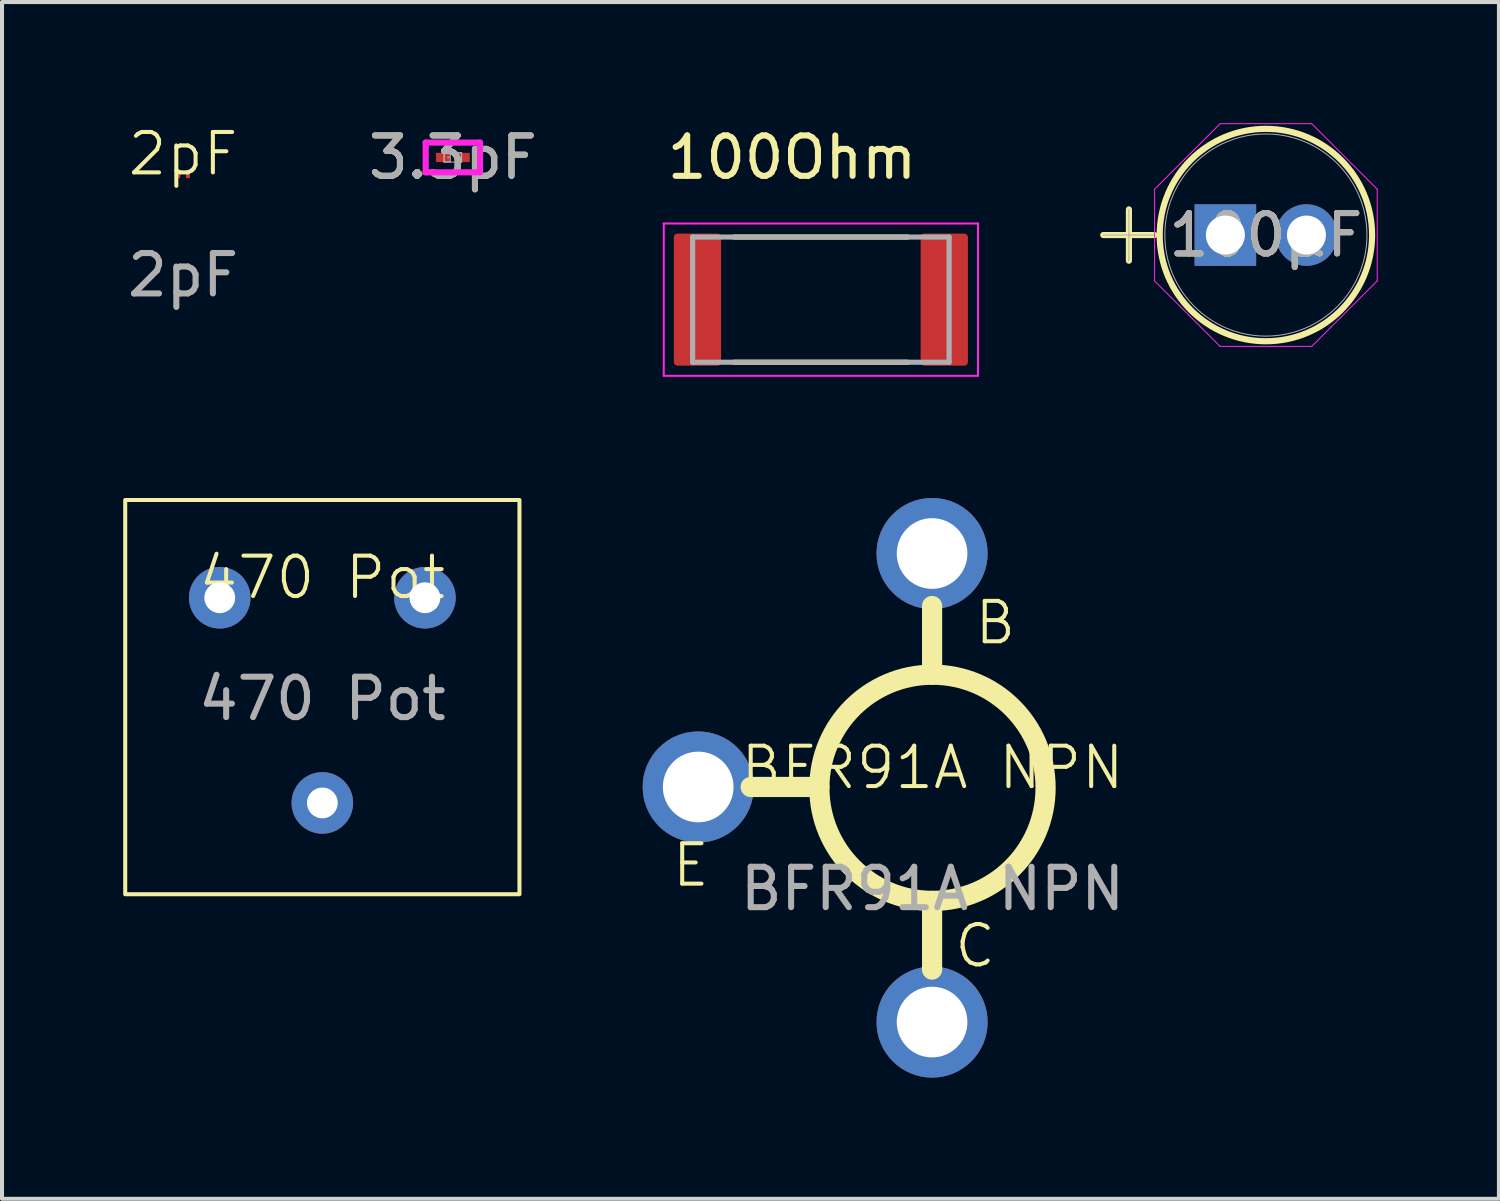
<source format=kicad_pcb>
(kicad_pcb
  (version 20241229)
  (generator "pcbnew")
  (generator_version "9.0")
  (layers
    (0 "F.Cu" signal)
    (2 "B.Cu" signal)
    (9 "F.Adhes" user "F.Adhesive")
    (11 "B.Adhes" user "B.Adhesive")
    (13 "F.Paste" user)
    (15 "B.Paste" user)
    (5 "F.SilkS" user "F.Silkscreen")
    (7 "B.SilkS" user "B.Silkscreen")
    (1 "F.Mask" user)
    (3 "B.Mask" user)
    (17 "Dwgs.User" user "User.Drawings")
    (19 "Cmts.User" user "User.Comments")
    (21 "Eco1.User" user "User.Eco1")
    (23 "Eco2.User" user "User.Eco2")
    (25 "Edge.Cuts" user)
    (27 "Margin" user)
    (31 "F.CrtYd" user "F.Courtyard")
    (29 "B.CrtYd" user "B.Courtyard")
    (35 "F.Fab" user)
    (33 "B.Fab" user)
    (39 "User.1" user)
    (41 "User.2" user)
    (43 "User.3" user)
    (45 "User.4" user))
  (footprint "3.3pF"
    (layer "F.Cu")
    (at 8.161 0.848)
    (property "Reference" "3.3pF" (at 0 0 0) (unlocked yes) (layer "F.SilkS") (effects (font (size 1 1) (thickness 0.15))))
    (attr smd)
    (fp_line (start -0.673 -0.368) (end 0.673 -0.368) (stroke (width 0.152) (type solid)) (layer "F.CrtYd"))
    (fp_line (start -0.673 0.368) (end -0.673 -0.368) (stroke (width 0.152) (type solid)) (layer "F.CrtYd"))
    (fp_line (start 0.673 -0.368) (end 0.673 0.368) (stroke (width 0.152) (type solid)) (layer "F.CrtYd"))
    (fp_line (start 0.673 0.368) (end -0.673 0.368) (stroke (width 0.152) (type solid)) (layer "F.CrtYd"))
    (fp_line (start -0.216 -0.114) (end -0.216 0.114) (stroke (width 0.025) (type solid)) (layer "F.Fab"))
    (fp_line (start -0.216 -0.114) (end -0.216 0.114) (stroke (width 0.025) (type solid)) (layer "F.Fab"))
    (fp_line (start -0.216 0.114) (end -0.064 0.114) (stroke (width 0.025) (type solid)) (layer "F.Fab"))
    (fp_line (start -0.216 0.114) (end 0.216 0.114) (stroke (width 0.025) (type solid)) (layer "F.Fab"))
    (fp_line (start -0.064 -0.114) (end -0.216 -0.114) (stroke (width 0.025) (type solid)) (layer "F.Fab"))
    (fp_line (start -0.064 0.114) (end -0.064 -0.114) (stroke (width 0.025) (type solid)) (layer "F.Fab"))
    (fp_line (start 0.064 -0.114) (end 0.064 0.114) (stroke (width 0.025) (type solid)) (layer "F.Fab"))
    (fp_line (start 0.064 0.114) (end 0.216 0.114) (stroke (width 0.025) (type solid)) (layer "F.Fab"))
    (fp_line (start 0.216 -0.114) (end -0.216 -0.114) (stroke (width 0.025) (type solid)) (layer "F.Fab"))
    (fp_line (start 0.216 -0.114) (end 0.064 -0.114) (stroke (width 0.025) (type solid)) (layer "F.Fab"))
    (fp_line (start 0.216 0.114) (end 0.216 -0.114) (stroke (width 0.025) (type solid)) (layer "F.Fab"))
    (fp_line (start 0.216 0.114) (end 0.216 -0.114) (stroke (width 0.025) (type solid)) (layer "F.Fab"))
    (fp_circle (center -0.114 0) (end -0.114 0) (stroke (width 0.025) (type solid)) (fill no) (layer "F.Fab"))
    (fp_text user "${REFERENCE}" (at 0 0 0) (unlocked yes) (layer "F.Fab") (effects (font (size 1 1) (thickness 0.15))))
    (pad "1" smd rect (at -0.241 0) (size 0.356 0.229) (layers "F.Cu" "F.Mask" "F.Paste"))
    (pad "2" smd rect (at 0.241 0) (size 0.356 0.229) (layers "F.Cu" "F.Mask" "F.Paste"))
    (zone (net_name "") (layer "F.Cu") (hatch full 0.508) (connect_pads) (min_thickness 0.254) (filled_areas_thickness no) (keepout (tracks not_allowed) (vias not_allowed) (pads allowed) (copperpour not_allowed) (footprints allowed)) (placement (enabled no)) (fill) (polygon (pts (xy 8.148 0.785) (xy 8.173 0.785) (xy 8.173 0.912) (xy 8.148 0.912)))))
  (footprint "100Ohm"
    (layer "F.Cu")
    (at 17.272 4.368)
    (property "Reference" "100Ohm" (at -0.715 -3.52 0) (layer "F.SilkS") (effects (font (size 1 1) (thickness 0.15))))
    (attr smd)
    (fp_line (start -2.15 -1.55) (end 2.15 -1.55) (stroke (width 0.127) (type solid)) (layer "F.SilkS"))
    (fp_line (start -2.15 1.55) (end 2.15 1.55) (stroke (width 0.127) (type solid)) (layer "F.SilkS"))
    (fp_line (start -3.89 -1.885) (end -3.89 1.885) (stroke (width 0.05) (type solid)) (layer "F.CrtYd"))
    (fp_line (start -3.89 1.885) (end 3.89 1.885) (stroke (width 0.05) (type solid)) (layer "F.CrtYd"))
    (fp_line (start 3.89 -1.885) (end -3.89 -1.885) (stroke (width 0.05) (type solid)) (layer "F.CrtYd"))
    (fp_line (start 3.89 1.885) (end 3.89 -1.885) (stroke (width 0.05) (type solid)) (layer "F.CrtYd"))
    (fp_line (start -3.175 1.55) (end -3.175 -1.55) (stroke (width 0.127) (type solid)) (layer "F.Fab"))
    (fp_line (start 3.175 -1.55) (end -3.175 -1.55) (stroke (width 0.127) (type solid)) (layer "F.Fab"))
    (fp_line (start 3.175 1.55) (end -3.175 1.55) (stroke (width 0.127) (type solid)) (layer "F.Fab"))
    (fp_line (start 3.175 1.55) (end 3.175 -1.55) (stroke (width 0.127) (type solid)) (layer "F.Fab"))
    (pad "1" smd roundrect (at -3.055 0) (size 1.17 3.27) (layers "F.Cu" "F.Mask" "F.Paste") (roundrect_rratio 0.075))
    (pad "2" smd roundrect (at 3.055 0) (size 1.17 3.27) (layers "F.Cu" "F.Mask" "F.Paste") (roundrect_rratio 0.075)))
  (footprint "470 Pot"
    (layer "F.Cu")
    (at 4.93 11.748)
    (property "Reference" "470 Pot" (at 0 -0.5 0) (unlocked yes) (layer "F.SilkS") (effects (font (size 1 1) (thickness 0.1))))
    (attr through_hole)
    (fp_rect (start -4.88 -2.42) (end 4.88 7.34) (stroke (width 0.1) (type default)) (fill no) (layer "F.SilkS"))
    (fp_text user "${REFERENCE}" (at 0 2.5 0) (unlocked yes) (layer "F.Fab") (effects (font (size 1 1) (thickness 0.15))))
    (pad "1" thru_hole circle (at 2.54 0) (size 1.524 1.524) (drill 0.762) (layers "*.Cu" "*.Mask"))
    (pad "2" thru_hole circle (at 0 5.08) (size 1.524 1.524) (drill 0.762) (layers "*.Cu" "*.Mask"))
    (pad "3" thru_hole circle (at -2.54 0) (size 1.524 1.524) (drill 0.762) (layers "*.Cu" "*.Mask")))
  (footprint "2pF"
    (layer "F.Cu")
    (at 1.482 1.26)
    (property "Reference" "2pF" (at 0 -0.5 0) (unlocked yes) (layer "F.SilkS") (effects (font (size 1 1) (thickness 0.1))))
    (attr smd)
    (fp_text user "${REFERENCE}" (at 0 2.5 0) (unlocked yes) (layer "F.Fab") (effects (font (size 1 1) (thickness 0.15))))
    (pad "1" smd rect (at -0.12 0) (size 0.1 0.2) (layers "F.Cu" "F.Mask" "F.Paste"))
    (pad "2" smd rect (at 0.12 0) (size 0.1 0.2) (layers "F.Cu" "F.Mask" "F.Paste")))
  (footprint "100µF"
    (layer "F.Cu")
    (at 27.286 2.769)
    (property "Reference" "100µF" (at 1.003 0 0) (unlocked yes) (layer "F.SilkS") (effects (font (size 1 1) (thickness 0.15))))
    (attr through_hole)
    (fp_line (start -3.023 0) (end -1.753 0) (stroke (width 0.152) (type solid)) (layer "F.SilkS"))
    (fp_line (start -2.388 -0.635) (end -2.388 0.635) (stroke (width 0.152) (type solid)) (layer "F.SilkS"))
    (fp_circle (center 1.003 0) (end 3.632 0) (stroke (width 0.152) (type solid)) (fill no) (layer "F.SilkS"))
    (fp_line (start -1.753 -1.135) (end -0.131 -2.756) (stroke (width 0.025) (type solid)) (layer "F.CrtYd"))
    (fp_line (start -1.753 1.135) (end -1.753 -1.135) (stroke (width 0.025) (type solid)) (layer "F.CrtYd"))
    (fp_line (start -0.131 -2.756) (end 2.138 -2.756) (stroke (width 0.025) (type solid)) (layer "F.CrtYd"))
    (fp_line (start -0.131 2.756) (end -1.753 1.135) (stroke (width 0.025) (type solid)) (layer "F.CrtYd"))
    (fp_line (start 2.138 -2.756) (end 3.759 -1.135) (stroke (width 0.025) (type solid)) (layer "F.CrtYd"))
    (fp_line (start 2.138 2.756) (end -0.131 2.756) (stroke (width 0.025) (type solid)) (layer "F.CrtYd"))
    (fp_line (start 3.759 -1.135) (end 3.759 1.135) (stroke (width 0.025) (type solid)) (layer "F.CrtYd"))
    (fp_line (start 3.759 1.135) (end 2.138 2.756) (stroke (width 0.025) (type solid)) (layer "F.CrtYd"))
    (fp_line (start -3.023 0) (end -1.753 0) (stroke (width 0.025) (type solid)) (layer "F.Fab"))
    (fp_line (start -2.388 -0.635) (end -2.388 0.635) (stroke (width 0.025) (type solid)) (layer "F.Fab"))
    (fp_circle (center 1.003 0) (end 3.505 0) (stroke (width 0.025) (type solid)) (fill no) (layer "F.Fab"))
    (fp_text user "${REFERENCE}" (at 1.003 0 0) (unlocked yes) (layer "F.Fab") (effects (font (size 1 1) (thickness 0.15))))
    (pad "1" thru_hole rect (at 0 0) (size 1.524 1.524) (drill 0.965) (layers "*.Cu" "*.Mask"))
    (pad "2" thru_hole circle (at 2.007 0) (size 1.524 1.524) (drill 0.965) (layers "*.Cu" "*.Mask")))
  (footprint "BFR91A NPN"
    (layer "F.Cu")
    (at 20.035 16.453)
    (property "Reference" "BFR91A NPN" (at 0 -0.5 0) (unlocked yes) (layer "F.SilkS") (effects (font (size 1 1) (thickness 0.1))))
    (attr through_hole)
    (fp_line (start -2.8 -0.02) (end -4.5 -0.02) (stroke (width 0.5) (type default)) (layer "F.SilkS"))
    (fp_line (start -0.01 -2.8) (end -0.01 -4.5) (stroke (width 0.5) (type default)) (layer "F.SilkS"))
    (fp_line (start -0.01 2.8) (end -0.01 4.5) (stroke (width 0.5) (type default)) (layer "F.SilkS"))
    (fp_circle (center 0 0) (end 2.8 0) (stroke (width 0.5) (type default)) (fill no) (layer "F.SilkS"))
    (fp_text user "B" (at 0.99 -3.5 0) (unlocked yes) (layer "F.SilkS") (effects (font (size 1 1) (thickness 0.1)) (justify left bottom)))
    (fp_text user "E" (at -6.5 2.5 0) (unlocked yes) (layer "F.SilkS") (effects (font (size 1 1) (thickness 0.1)) (justify left bottom)))
    (fp_text user "C" (at 0.49 4.5 0) (unlocked yes) (layer "F.SilkS") (effects (font (size 1 1) (thickness 0.1)) (justify left bottom)))
    (fp_text user "${REFERENCE}" (at 0 2.5 0) (unlocked yes) (layer "F.Fab") (effects (font (size 1 1) (thickness 0.15))))
    (pad "1" thru_hole circle (at -0.01 5.8) (size 2.75 2.75) (drill 1.75) (layers "*.Cu" "*.Mask"))
    (pad "2" thru_hole circle (at -5.8 -0.02) (size 2.75 2.75) (drill 1.75) (layers "*.Cu" "*.Mask"))
    (pad "3" thru_hole circle (at -0.01 -5.8) (size 2.75 2.75) (drill 1.75) (layers "*.Cu" "*.Mask")))
  (gr_rect
    (start -3 -3)
    (end 34.058 26.628)
    (stroke (width 0.1) (type default))
    (fill no)
    (layer "Edge.Cuts")))
</source>
